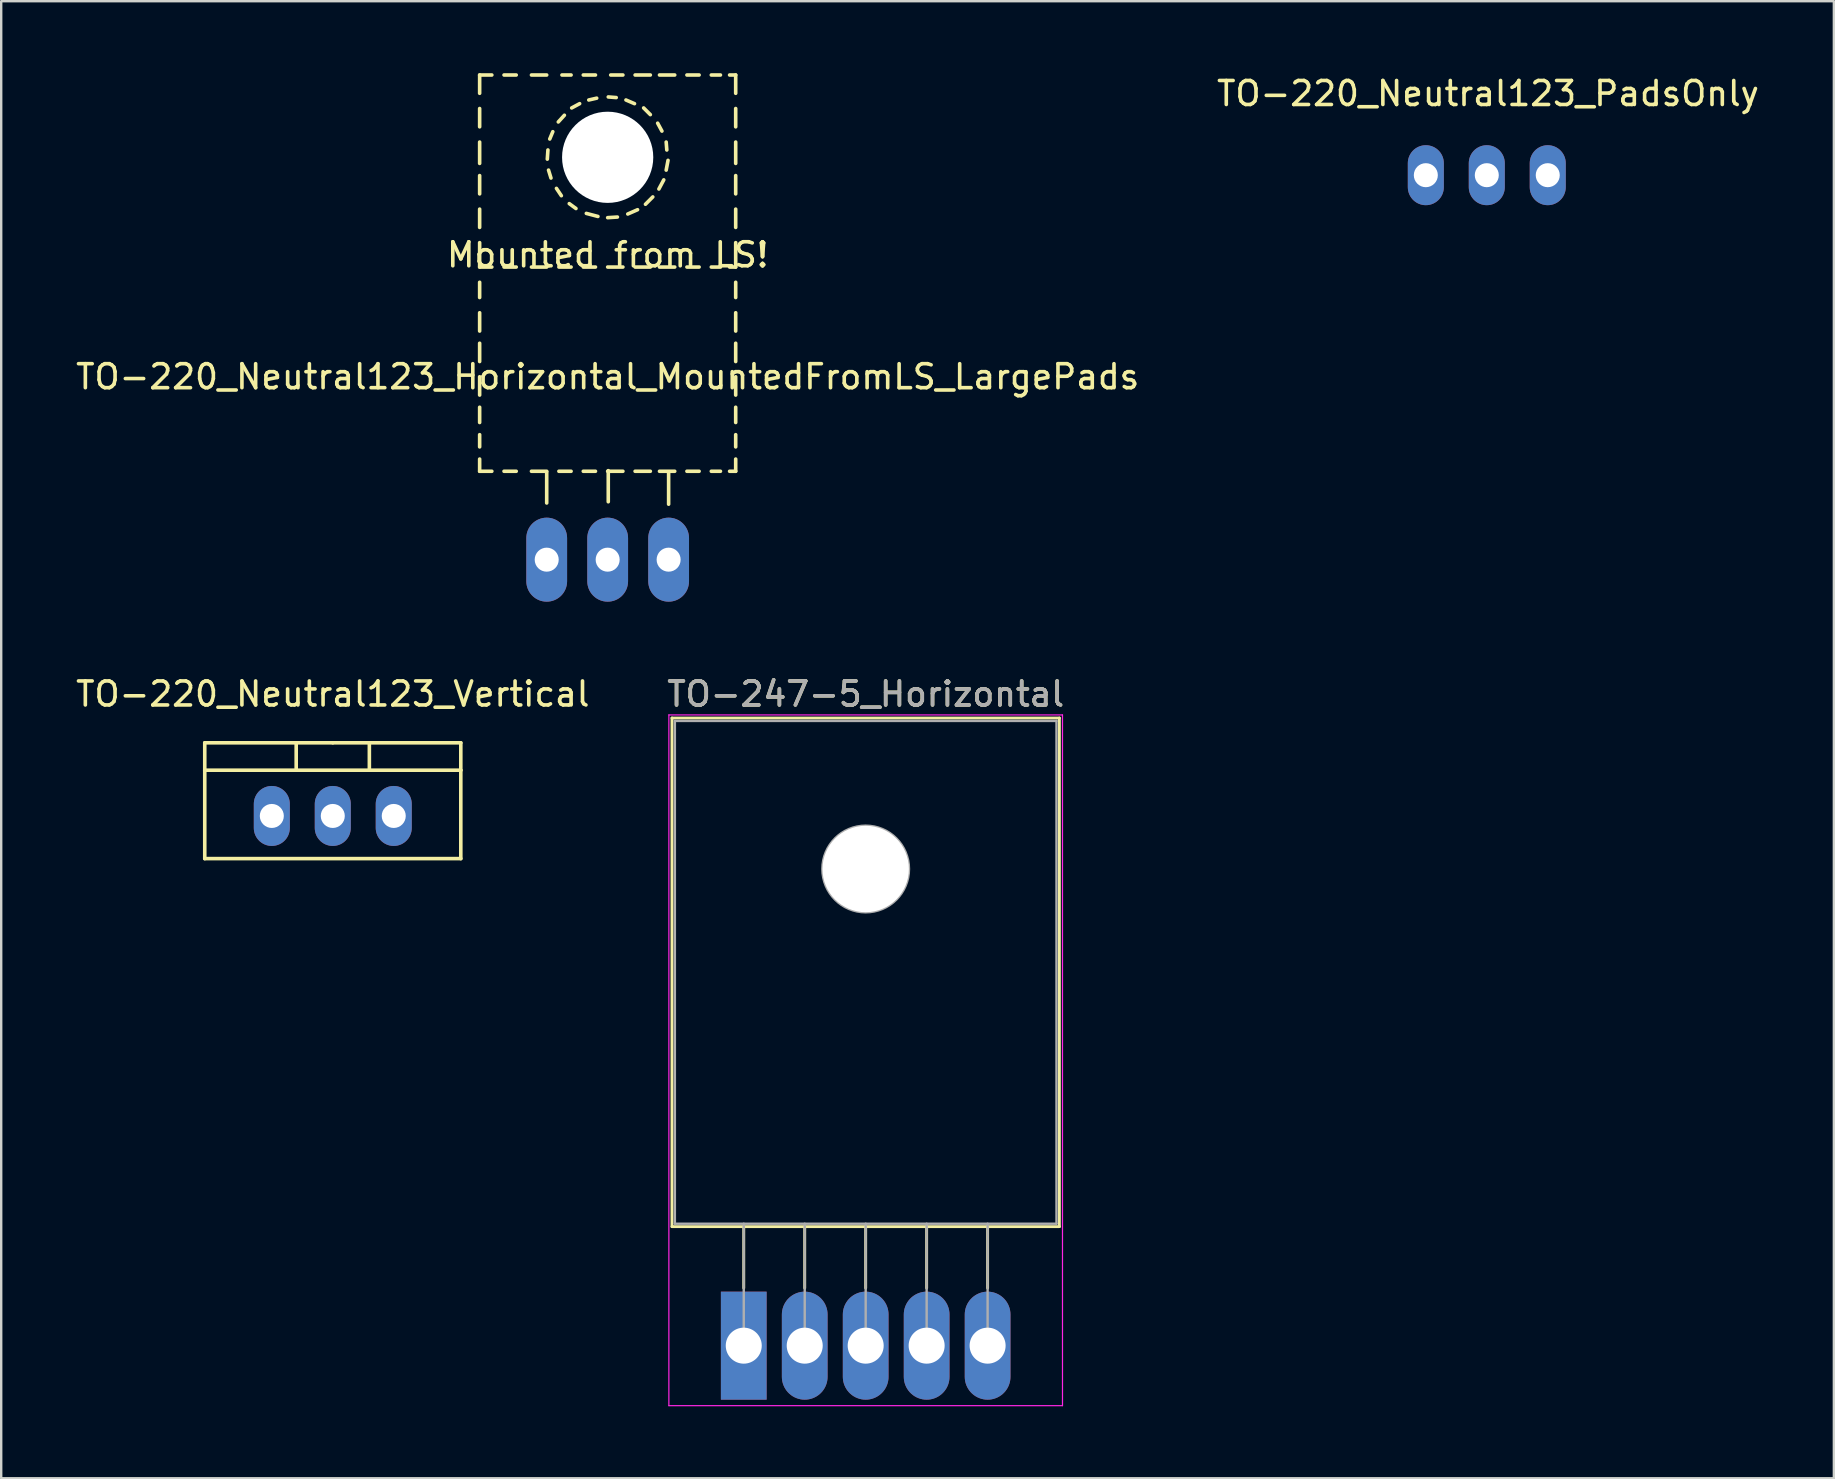
<source format=kicad_pcb>
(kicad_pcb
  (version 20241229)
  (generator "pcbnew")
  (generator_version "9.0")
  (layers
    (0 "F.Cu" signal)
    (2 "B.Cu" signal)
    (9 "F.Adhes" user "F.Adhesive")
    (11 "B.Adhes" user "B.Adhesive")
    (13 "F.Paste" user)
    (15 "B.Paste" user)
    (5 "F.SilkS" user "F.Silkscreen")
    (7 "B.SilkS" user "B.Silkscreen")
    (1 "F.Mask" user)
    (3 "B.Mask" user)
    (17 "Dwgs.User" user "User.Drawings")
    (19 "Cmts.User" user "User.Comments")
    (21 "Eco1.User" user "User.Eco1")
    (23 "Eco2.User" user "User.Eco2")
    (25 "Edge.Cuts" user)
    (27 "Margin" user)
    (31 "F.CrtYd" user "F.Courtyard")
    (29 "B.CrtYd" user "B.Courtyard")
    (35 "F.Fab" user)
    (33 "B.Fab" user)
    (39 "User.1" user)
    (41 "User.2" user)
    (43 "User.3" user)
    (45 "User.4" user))
  (footprint "TO-220_Neutral123_Horizontal_MountedFromLS_LargePads"
    (layer "F.Cu")
    (at 22.268 20.268)
    (property "Reference" "TO-220_Neutral123_Horizontal_MountedFromLS_LargePads" (at 0 -7.62 0) (layer "F.SilkS") (effects (font (size 1 1) (thickness 0.15))))
    (attr through_hole)
    (fp_line (start -5.334 -20.193) (end -5.334 -19.431) (stroke (width 0.15) (type solid)) (layer "F.SilkS"))
    (fp_line (start -5.334 -20.193) (end -4.826 -20.193) (stroke (width 0.15) (type solid)) (layer "F.SilkS"))
    (fp_line (start -5.334 -18.796) (end -5.334 -18.034) (stroke (width 0.15) (type solid)) (layer "F.SilkS"))
    (fp_line (start -5.334 -17.399) (end -5.334 -16.51) (stroke (width 0.15) (type solid)) (layer "F.SilkS"))
    (fp_line (start -5.334 -16.002) (end -5.334 -15.24) (stroke (width 0.15) (type solid)) (layer "F.SilkS"))
    (fp_line (start -5.334 -14.605) (end -5.334 -13.843) (stroke (width 0.15) (type solid)) (layer "F.SilkS"))
    (fp_line (start -5.334 -13.208) (end -5.334 -12.192) (stroke (width 0.15) (type solid)) (layer "F.SilkS"))
    (fp_line (start -5.334 -12.192) (end -4.826 -12.192) (stroke (width 0.15) (type solid)) (layer "F.SilkS"))
    (fp_line (start -5.334 -11.557) (end -5.334 -10.922) (stroke (width 0.15) (type solid)) (layer "F.SilkS"))
    (fp_line (start -5.334 -10.287) (end -5.334 -9.525) (stroke (width 0.15) (type solid)) (layer "F.SilkS"))
    (fp_line (start -5.334 -9.017) (end -5.334 -8.255) (stroke (width 0.15) (type solid)) (layer "F.SilkS"))
    (fp_line (start -5.334 -7.62) (end -5.334 -6.858) (stroke (width 0.15) (type solid)) (layer "F.SilkS"))
    (fp_line (start -5.334 -6.35) (end -5.334 -5.715) (stroke (width 0.15) (type solid)) (layer "F.SilkS"))
    (fp_line (start -5.334 -5.207) (end -5.334 -4.699) (stroke (width 0.15) (type solid)) (layer "F.SilkS"))
    (fp_line (start -5.334 -4.191) (end -5.334 -3.683) (stroke (width 0.15) (type solid)) (layer "F.SilkS"))
    (fp_line (start -5.334 -3.683) (end -4.826 -3.683) (stroke (width 0.15) (type solid)) (layer "F.SilkS"))
    (fp_line (start -4.318 -20.193) (end -3.81 -20.193) (stroke (width 0.15) (type solid)) (layer "F.SilkS"))
    (fp_line (start -4.318 -12.192) (end -3.81 -12.192) (stroke (width 0.15) (type solid)) (layer "F.SilkS"))
    (fp_line (start -4.318 -3.683) (end -3.81 -3.683) (stroke (width 0.15) (type solid)) (layer "F.SilkS"))
    (fp_line (start -3.175 -20.193) (end -2.54 -20.193) (stroke (width 0.15) (type solid)) (layer "F.SilkS"))
    (fp_line (start -3.175 -12.192) (end -2.54 -12.192) (stroke (width 0.15) (type solid)) (layer "F.SilkS"))
    (fp_line (start -3.175 -3.683) (end -2.54 -3.683) (stroke (width 0.15) (type solid)) (layer "F.SilkS"))
    (fp_line (start -2.54 -3.658) (end -2.54 -2.362) (stroke (width 0.15) (type solid)) (layer "F.SilkS"))
    (fp_line (start -2.515 -16.688) (end -2.489 -17.069) (stroke (width 0.15) (type solid)) (layer "F.SilkS"))
    (fp_line (start -2.413 -17.526) (end -2.286 -17.831) (stroke (width 0.15) (type solid)) (layer "F.SilkS"))
    (fp_line (start -2.362 -15.9) (end -2.464 -16.231) (stroke (width 0.15) (type solid)) (layer "F.SilkS"))
    (fp_line (start -2.057 -18.237) (end -1.803 -18.517) (stroke (width 0.15) (type solid)) (layer "F.SilkS"))
    (fp_line (start -2.032 -12.192) (end -1.524 -12.192) (stroke (width 0.15) (type solid)) (layer "F.SilkS"))
    (fp_line (start -2.032 -3.683) (end -1.524 -3.683) (stroke (width 0.15) (type solid)) (layer "F.SilkS"))
    (fp_line (start -1.93 -15.164) (end -2.134 -15.469) (stroke (width 0.15) (type solid)) (layer "F.SilkS"))
    (fp_line (start -1.905 -20.193) (end -1.524 -20.193) (stroke (width 0.15) (type solid)) (layer "F.SilkS"))
    (fp_line (start -1.499 -18.821) (end -1.168 -18.999) (stroke (width 0.15) (type solid)) (layer "F.SilkS"))
    (fp_line (start -1.321 -14.63) (end -1.6 -14.834) (stroke (width 0.15) (type solid)) (layer "F.SilkS"))
    (fp_line (start -1.016 -20.193) (end -0.508 -20.193) (stroke (width 0.15) (type solid)) (layer "F.SilkS"))
    (fp_line (start -1.016 -12.192) (end -0.508 -12.192) (stroke (width 0.15) (type solid)) (layer "F.SilkS"))
    (fp_line (start -1.016 -3.683) (end -0.508 -3.683) (stroke (width 0.15) (type solid)) (layer "F.SilkS"))
    (fp_line (start -0.787 -19.152) (end -0.457 -19.228) (stroke (width 0.15) (type solid)) (layer "F.SilkS"))
    (fp_line (start -0.406 -14.3) (end -0.889 -14.427) (stroke (width 0.15) (type solid)) (layer "F.SilkS"))
    (fp_line (start 0 -12.192) (end 0.635 -12.192) (stroke (width 0.15) (type solid)) (layer "F.SilkS"))
    (fp_line (start 0 -3.683) (end 0.635 -3.683) (stroke (width 0.15) (type solid)) (layer "F.SilkS"))
    (fp_line (start 0.025 -19.279) (end 0.356 -19.253) (stroke (width 0.15) (type solid)) (layer "F.SilkS"))
    (fp_line (start 0.025 -3.708) (end 0.025 -2.413) (stroke (width 0.15) (type solid)) (layer "F.SilkS"))
    (fp_line (start 0.127 -20.193) (end 0.635 -20.193) (stroke (width 0.15) (type solid)) (layer "F.SilkS"))
    (fp_line (start 0.406 -14.275) (end 0 -14.249) (stroke (width 0.15) (type solid)) (layer "F.SilkS"))
    (fp_line (start 0.762 -19.152) (end 1.118 -18.999) (stroke (width 0.15) (type solid)) (layer "F.SilkS"))
    (fp_line (start 1.143 -20.193) (end 1.778 -20.193) (stroke (width 0.15) (type solid)) (layer "F.SilkS"))
    (fp_line (start 1.143 -12.192) (end 1.778 -12.192) (stroke (width 0.15) (type solid)) (layer "F.SilkS"))
    (fp_line (start 1.143 -3.683) (end 1.778 -3.683) (stroke (width 0.15) (type solid)) (layer "F.SilkS"))
    (fp_line (start 1.245 -14.58) (end 0.838 -14.402) (stroke (width 0.15) (type solid)) (layer "F.SilkS"))
    (fp_line (start 1.499 -18.821) (end 1.778 -18.542) (stroke (width 0.15) (type solid)) (layer "F.SilkS"))
    (fp_line (start 1.88 -15.113) (end 1.575 -14.808) (stroke (width 0.15) (type solid)) (layer "F.SilkS"))
    (fp_line (start 2.083 -18.186) (end 2.261 -17.856) (stroke (width 0.15) (type solid)) (layer "F.SilkS"))
    (fp_line (start 2.159 -20.193) (end 2.794 -20.193) (stroke (width 0.15) (type solid)) (layer "F.SilkS"))
    (fp_line (start 2.159 -12.192) (end 2.794 -12.192) (stroke (width 0.15) (type solid)) (layer "F.SilkS"))
    (fp_line (start 2.159 -3.683) (end 2.794 -3.683) (stroke (width 0.15) (type solid)) (layer "F.SilkS"))
    (fp_line (start 2.337 -15.824) (end 2.134 -15.443) (stroke (width 0.15) (type solid)) (layer "F.SilkS"))
    (fp_line (start 2.438 -17.399) (end 2.464 -17.069) (stroke (width 0.15) (type solid)) (layer "F.SilkS"))
    (fp_line (start 2.515 -16.637) (end 2.438 -16.231) (stroke (width 0.15) (type solid)) (layer "F.SilkS"))
    (fp_line (start 2.54 -3.658) (end 2.54 -2.311) (stroke (width 0.15) (type solid)) (layer "F.SilkS"))
    (fp_line (start 3.302 -20.193) (end 3.81 -20.193) (stroke (width 0.15) (type solid)) (layer "F.SilkS"))
    (fp_line (start 3.302 -12.192) (end 3.81 -12.192) (stroke (width 0.15) (type solid)) (layer "F.SilkS"))
    (fp_line (start 3.302 -3.683) (end 3.81 -3.683) (stroke (width 0.15) (type solid)) (layer "F.SilkS"))
    (fp_line (start 4.318 -20.193) (end 4.699 -20.193) (stroke (width 0.15) (type solid)) (layer "F.SilkS"))
    (fp_line (start 4.318 -12.192) (end 4.699 -12.192) (stroke (width 0.15) (type solid)) (layer "F.SilkS"))
    (fp_line (start 4.318 -3.683) (end 4.699 -3.683) (stroke (width 0.15) (type solid)) (layer "F.SilkS"))
    (fp_line (start 5.08 -20.193) (end 5.334 -20.193) (stroke (width 0.15) (type solid)) (layer "F.SilkS"))
    (fp_line (start 5.08 -12.192) (end 5.334 -12.192) (stroke (width 0.15) (type solid)) (layer "F.SilkS"))
    (fp_line (start 5.08 -3.683) (end 5.334 -3.683) (stroke (width 0.15) (type solid)) (layer "F.SilkS"))
    (fp_line (start 5.334 -20.193) (end 5.334 -19.431) (stroke (width 0.15) (type solid)) (layer "F.SilkS"))
    (fp_line (start 5.334 -18.796) (end 5.334 -18.034) (stroke (width 0.15) (type solid)) (layer "F.SilkS"))
    (fp_line (start 5.334 -17.399) (end 5.334 -16.51) (stroke (width 0.15) (type solid)) (layer "F.SilkS"))
    (fp_line (start 5.334 -16.002) (end 5.334 -15.24) (stroke (width 0.15) (type solid)) (layer "F.SilkS"))
    (fp_line (start 5.334 -14.605) (end 5.334 -13.843) (stroke (width 0.15) (type solid)) (layer "F.SilkS"))
    (fp_line (start 5.334 -13.208) (end 5.334 -12.192) (stroke (width 0.15) (type solid)) (layer "F.SilkS"))
    (fp_line (start 5.334 -11.557) (end 5.334 -10.922) (stroke (width 0.15) (type solid)) (layer "F.SilkS"))
    (fp_line (start 5.334 -10.287) (end 5.334 -9.525) (stroke (width 0.15) (type solid)) (layer "F.SilkS"))
    (fp_line (start 5.334 -9.017) (end 5.334 -8.255) (stroke (width 0.15) (type solid)) (layer "F.SilkS"))
    (fp_line (start 5.334 -7.62) (end 5.334 -6.858) (stroke (width 0.15) (type solid)) (layer "F.SilkS"))
    (fp_line (start 5.334 -6.35) (end 5.334 -5.715) (stroke (width 0.15) (type solid)) (layer "F.SilkS"))
    (fp_line (start 5.334 -5.207) (end 5.334 -4.699) (stroke (width 0.15) (type solid)) (layer "F.SilkS"))
    (fp_line (start 5.334 -4.191) (end 5.334 -3.683) (stroke (width 0.15) (type solid)) (layer "F.SilkS"))
    (fp_text user "Mounted from LS!" (at 0 -12.7 0) (layer "F.SilkS") (effects (font (size 1 1) (thickness 0.15))))
    (pad "" np_thru_hole circle (at 0 -16.764 90) (size 3.8 3.8) (drill 3.8) (layers "*.Cu" "*.Mask"))
    (pad "1" thru_hole oval (at 2.54 0 90) (size 3.5 1.699) (drill 1.001) (layers "*.Cu" "*.Mask"))
    (pad "2" thru_hole oval (at 0 0 90) (size 3.5 1.699) (drill 1.001) (layers "*.Cu" "*.Mask"))
    (pad "3" thru_hole oval (at -2.54 0 90) (size 3.5 1.699) (drill 1.001) (layers "*.Cu" "*.Mask")))
  (footprint "TO-247-5_Horizontal"
    (layer "F.Cu")
    (at 27.938 53.016)
    (property "Reference" "TO-247-5_Horizontal" (at 5.08 -27.15 0) (layer "F.SilkS") (effects (font (size 1 1) (thickness 0.15))))
    (attr through_hole)
    (fp_line (start -2.99 -26.15) (end -2.99 -4.96) (stroke (width 0.12) (type solid)) (layer "F.SilkS"))
    (fp_line (start -2.99 -26.15) (end 13.15 -26.15) (stroke (width 0.12) (type solid)) (layer "F.SilkS"))
    (fp_line (start -2.99 -4.96) (end 13.15 -4.96) (stroke (width 0.12) (type solid)) (layer "F.SilkS"))
    (fp_line (start 0 -4.96) (end 0 -2.4) (stroke (width 0.12) (type solid)) (layer "F.SilkS"))
    (fp_line (start 2.54 -4.96) (end 2.54 -2.4) (stroke (width 0.12) (type solid)) (layer "F.SilkS"))
    (fp_line (start 5.08 -4.96) (end 5.08 -2.4) (stroke (width 0.12) (type solid)) (layer "F.SilkS"))
    (fp_line (start 7.62 -4.96) (end 7.62 -2.4) (stroke (width 0.12) (type solid)) (layer "F.SilkS"))
    (fp_line (start 10.16 -4.96) (end 10.16 -2.4) (stroke (width 0.12) (type solid)) (layer "F.SilkS"))
    (fp_line (start 13.15 -26.15) (end 13.15 -4.96) (stroke (width 0.12) (type solid)) (layer "F.SilkS"))
    (fp_line (start -3.12 -26.28) (end -3.12 2.5) (stroke (width 0.05) (type solid)) (layer "F.CrtYd"))
    (fp_line (start -3.12 2.5) (end 13.28 2.5) (stroke (width 0.05) (type solid)) (layer "F.CrtYd"))
    (fp_line (start 13.28 -26.28) (end -3.12 -26.28) (stroke (width 0.05) (type solid)) (layer "F.CrtYd"))
    (fp_line (start 13.28 2.5) (end 13.28 -26.28) (stroke (width 0.05) (type solid)) (layer "F.CrtYd"))
    (fp_line (start -2.87 -26.03) (end 13.03 -26.03) (stroke (width 0.1) (type solid)) (layer "F.Fab"))
    (fp_line (start -2.87 -5.08) (end -2.87 -26.03) (stroke (width 0.1) (type solid)) (layer "F.Fab"))
    (fp_line (start 0 -5.08) (end 0 0) (stroke (width 0.1) (type solid)) (layer "F.Fab"))
    (fp_line (start 2.54 -5.08) (end 2.54 0) (stroke (width 0.1) (type solid)) (layer "F.Fab"))
    (fp_line (start 5.08 -5.08) (end 5.08 0) (stroke (width 0.1) (type solid)) (layer "F.Fab"))
    (fp_line (start 7.62 -5.08) (end 7.62 0) (stroke (width 0.1) (type solid)) (layer "F.Fab"))
    (fp_line (start 10.16 -5.08) (end 10.16 0) (stroke (width 0.1) (type solid)) (layer "F.Fab"))
    (fp_line (start 13.03 -26.03) (end 13.03 -5.08) (stroke (width 0.1) (type solid)) (layer "F.Fab"))
    (fp_line (start 13.03 -5.08) (end -2.87 -5.08) (stroke (width 0.1) (type solid)) (layer "F.Fab"))
    (fp_circle (center 5.08 -19.86) (end 6.885 -19.86) (stroke (width 0.1) (type solid)) (fill no) (layer "F.Fab"))
    (fp_text user "${REFERENCE}" (at 5.08 -27.15 0) (layer "F.Fab") (effects (font (size 1 1) (thickness 0.15))))
    (pad "" np_thru_hole oval (at 5.08 -19.86) (size 3.6 3.6) (drill 3.6) (layers "*.Cu" "*.Mask"))
    (pad "1" thru_hole rect (at 0 0) (size 1.905 4.5) (drill 1.5) (layers "*.Cu" "*.Mask"))
    (pad "2" thru_hole oval (at 2.54 0) (size 1.905 4.5) (drill 1.5) (layers "*.Cu" "*.Mask"))
    (pad "3" thru_hole oval (at 5.08 0) (size 1.905 4.5) (drill 1.5) (layers "*.Cu" "*.Mask"))
    (pad "4" thru_hole oval (at 7.62 0) (size 1.905 4.5) (drill 1.5) (layers "*.Cu" "*.Mask"))
    (pad "5" thru_hole oval (at 10.16 0) (size 1.905 4.5) (drill 1.5) (layers "*.Cu" "*.Mask")))
  (footprint "TO-220_Neutral123_PadsOnly"
    (layer "F.Cu")
    (at 58.896 4.249)
    (property "Reference" "TO-220_Neutral123_PadsOnly" (at 0.051 -3.401 0) (layer "F.SilkS") (effects (font (size 1 1) (thickness 0.15))))
    (attr through_hole)
    (pad "1" thru_hole oval (at -2.54 0 90) (size 2.499 1.501) (drill 1.001) (layers "*.Cu" "*.Mask"))
    (pad "2" thru_hole oval (at 0 0 90) (size 2.499 1.501) (drill 1.001) (layers "*.Cu" "*.Mask"))
    (pad "3" thru_hole oval (at 2.54 0 90) (size 2.499 1.501) (drill 1.001) (layers "*.Cu" "*.Mask")))
  (footprint "TO-220_Neutral123_Vertical"
    (layer "F.Cu")
    (at 10.815 30.946)
    (property "Reference" "TO-220_Neutral123_Vertical" (at 0 -5.08 0) (layer "F.SilkS") (effects (font (size 1 1) (thickness 0.15))))
    (attr through_hole)
    (fp_line (start -5.334 -1.905) (end -5.334 -3.048) (stroke (width 0.15) (type solid)) (layer "F.SilkS"))
    (fp_line (start -5.334 1.778) (end -5.334 -1.905) (stroke (width 0.15) (type solid)) (layer "F.SilkS"))
    (fp_line (start -1.524 -3.048) (end -1.524 -1.905) (stroke (width 0.15) (type solid)) (layer "F.SilkS"))
    (fp_line (start 0 -3.048) (end -5.334 -3.048) (stroke (width 0.15) (type solid)) (layer "F.SilkS"))
    (fp_line (start 0 -3.048) (end 5.334 -3.048) (stroke (width 0.15) (type solid)) (layer "F.SilkS"))
    (fp_line (start 1.524 -3.048) (end 1.524 -1.905) (stroke (width 0.15) (type solid)) (layer "F.SilkS"))
    (fp_line (start 5.334 -3.048) (end 5.334 -1.905) (stroke (width 0.15) (type solid)) (layer "F.SilkS"))
    (fp_line (start 5.334 -1.905) (end -5.334 -1.905) (stroke (width 0.15) (type solid)) (layer "F.SilkS"))
    (fp_line (start 5.334 -1.905) (end 5.334 1.778) (stroke (width 0.15) (type solid)) (layer "F.SilkS"))
    (fp_line (start 5.334 1.778) (end -5.334 1.778) (stroke (width 0.15) (type solid)) (layer "F.SilkS"))
    (pad "1" thru_hole oval (at -2.54 0 90) (size 2.499 1.501) (drill 1.001) (layers "*.Cu" "*.Mask"))
    (pad "2" thru_hole oval (at 0 0 90) (size 2.499 1.501) (drill 1.001) (layers "*.Cu" "*.Mask"))
    (pad "3" thru_hole oval (at 2.54 0 90) (size 2.499 1.501) (drill 1.001) (layers "*.Cu" "*.Mask")))
  (gr_rect
    (start -3 -3)
    (end 73.357 58.541)
    (stroke (width 0.1) (type default))
    (fill no)
    (layer "Edge.Cuts")))
</source>
